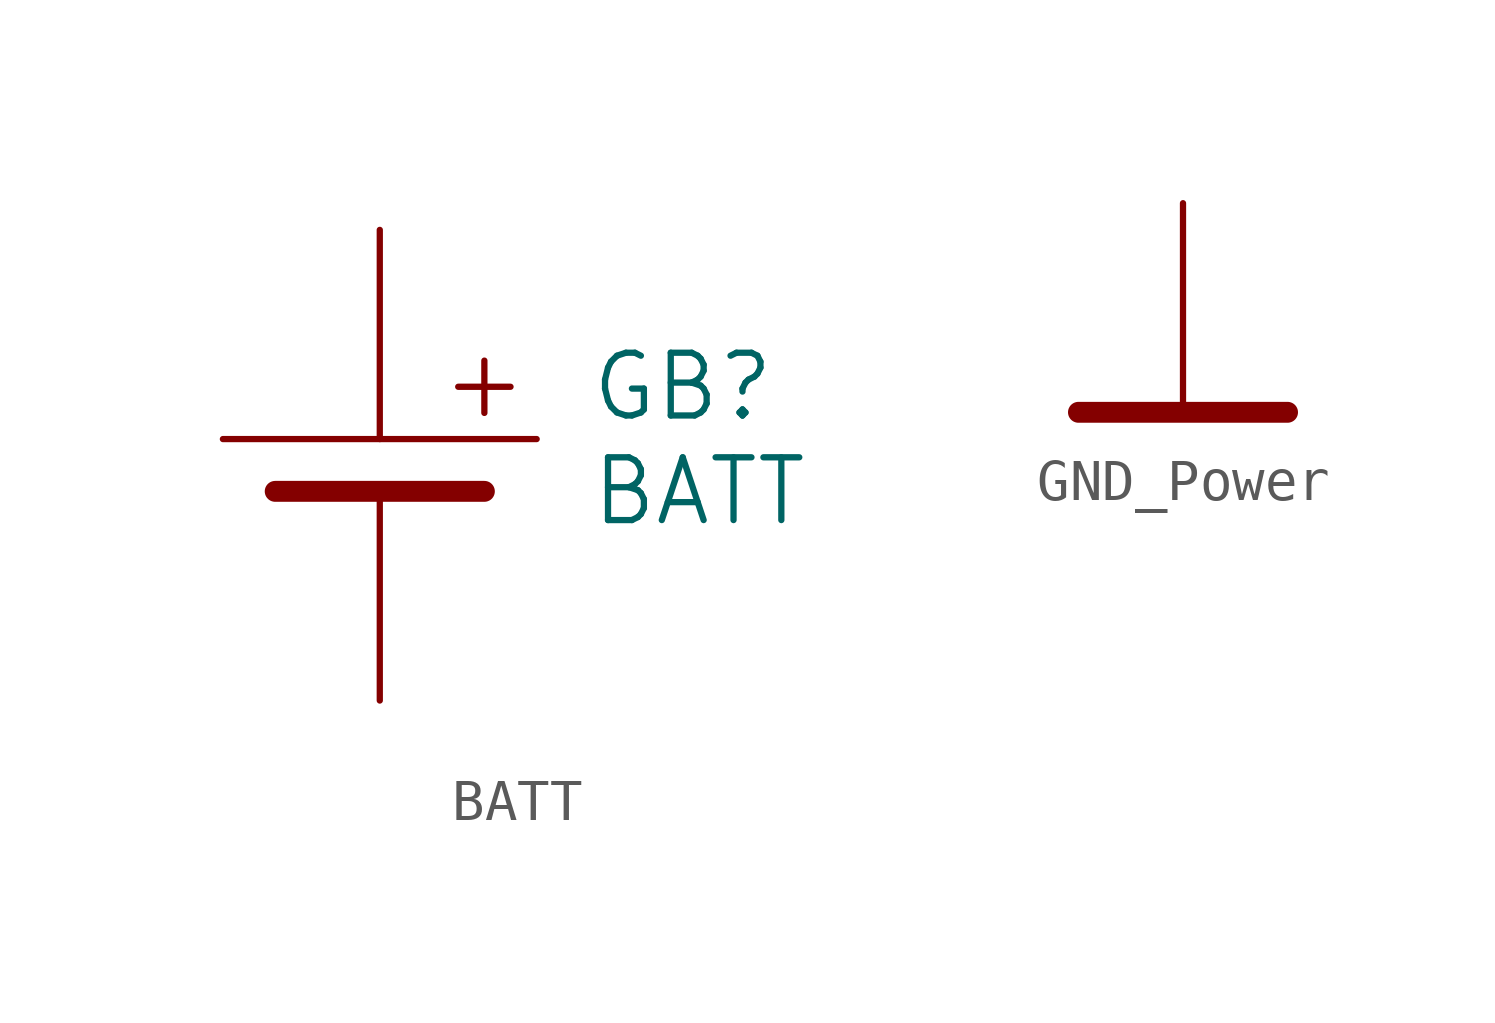
<source format=kicad_sym>
(kicad_symbol_lib
  (version 20220914)
  (generator kicad_symbol_editor)
  (symbol "BATT"
    (pin_numbers hide)
    (pin_names
      (offset 1.016) hide)
    (property "Reference" "GB"
      (at 5.08 1.27 0)
      (effects (font (size 1.524 1.524)) (justify left)))
    (property "Value" "BATT"
      (at 5.08 -1.27 0)
      (effects (font (size 1.524 1.524)) (justify left)))
    (property "Footprint" ""
      (at 0 5.08 0)
      (effects (font (size 1.524 1.524))))
    (property "Datasheet" ""
      (at 0 5.08 0)
      (effects (font (size 1.524 1.524))))
    (symbol "BATT_0_1"
      (polyline (pts (xy -2.54 -1.27) (xy 2.54 -1.27) (xy 2.54 -1.27)) (stroke (width 0.508) (type solid)) (fill (type none)))
      (polyline (pts (xy 1.905 1.27) (xy 3.175 1.27) (xy 3.175 1.27)) (stroke (width 0) (type solid)) (fill (type none)))
      (polyline (pts (xy 2.54 1.905) (xy 2.54 0.635) (xy 2.54 0.635)) (stroke (width 0) (type solid)) (fill (type none)))
      (polyline (pts (xy -3.81 0) (xy -3.81 0) (xy 3.81 0) (xy 3.81 0) (xy 3.81 0)) (stroke (width 0) (type solid)) (fill (type none))))
    (symbol "BATT_1_1"
      (pin power_out line (at 0 5.08 270) (length 5.08) (name "+" (effects (font (size 1.27 1.27)))) (number "1" (effects (font (size 1.27 1.27)))))
      (pin power_in line (at 0 -6.35 90) (length 5.08) (name "-" (effects (font (size 1.27 1.27)))) (number "2" (effects (font (size 1.27 1.27)))))))
  (symbol "GND_Power"
    (power)
    (pin_numbers hide)
    (pin_names
      (offset 0) hide)
    (property "Reference" ""
      (at -1.27 -1.27 90)
      (effects (font (size 1.524 1.524)) hide))
    (property "Footprint" ""
      (at 0 0 0)
      (effects (font (size 1.524 1.524))))
    (property "Datasheet" ""
      (at 0 0 0)
      (effects (font (size 1.524 1.524))))
    (symbol "GND_Power_0_1"
      (polyline (pts (xy -2.54 -5.08) (xy 2.54 -5.08)) (stroke (width 0.508) (type solid)) (fill (type none)))
      (polyline (pts (xy 0 -5.08) (xy 0 0)) (stroke (width 0) (type solid)) (fill (type none))))
    (symbol "GND_Power_1_1"
      (pin power_in line (at 0 0 270) (length 5.08) hide (name "GND" (effects (font (size 1.27 1.27)))) (number "~" (effects (font (size 1.27 1.27))))))))
</source>
